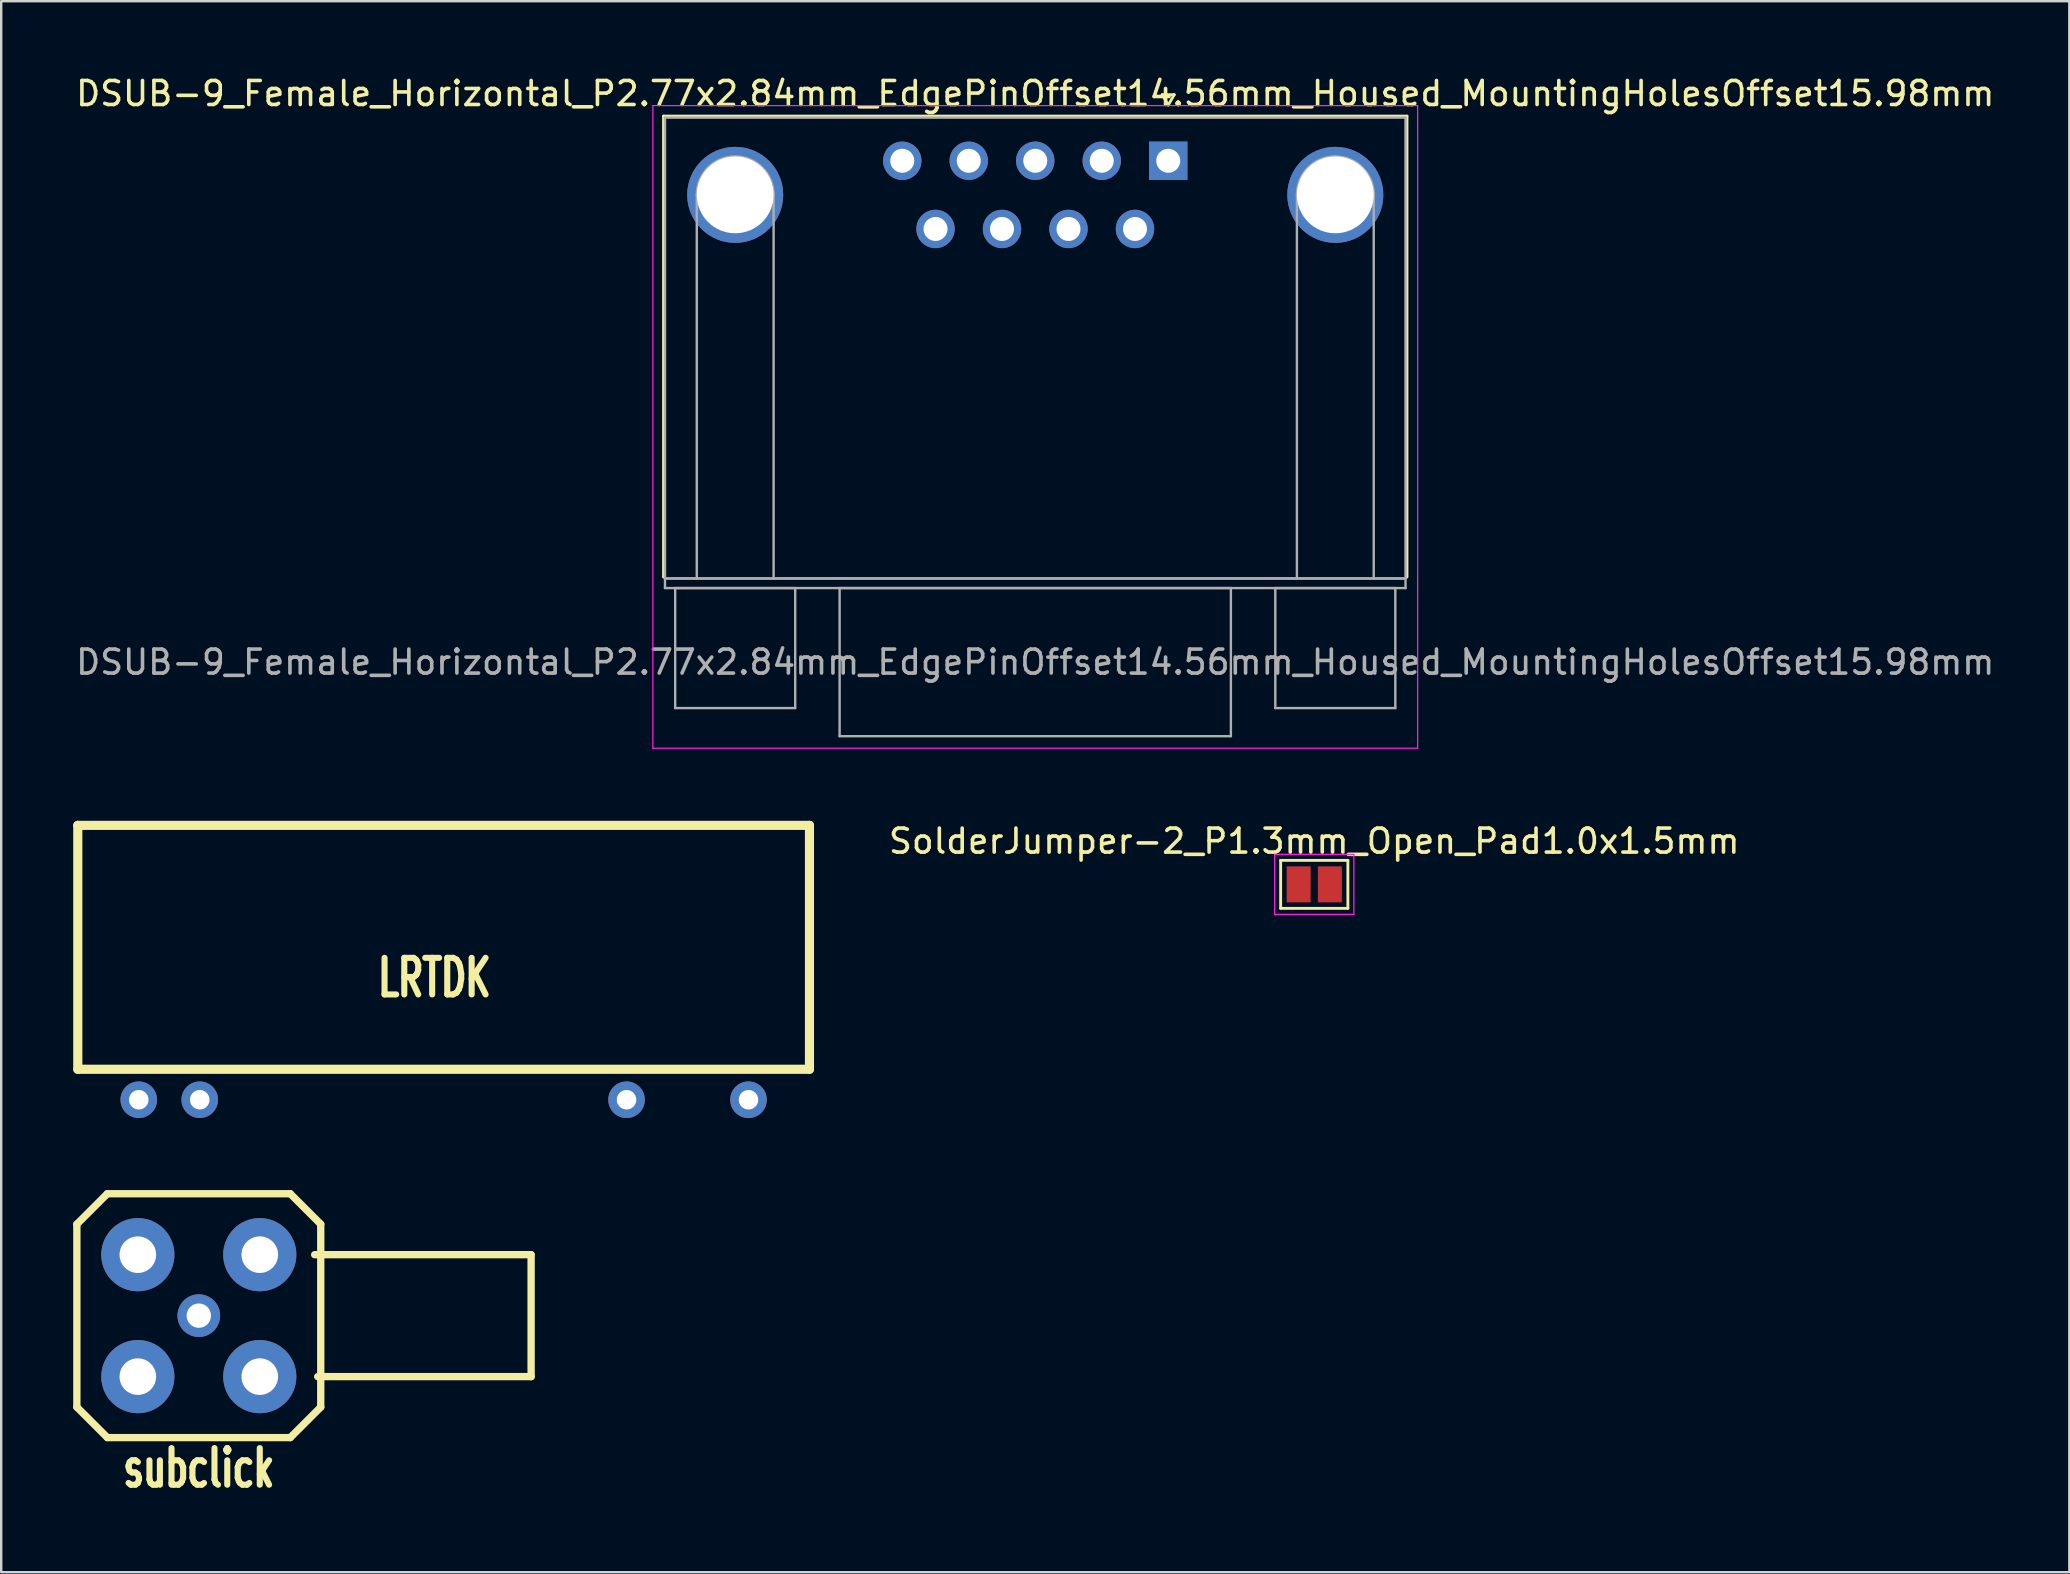
<source format=kicad_pcb>
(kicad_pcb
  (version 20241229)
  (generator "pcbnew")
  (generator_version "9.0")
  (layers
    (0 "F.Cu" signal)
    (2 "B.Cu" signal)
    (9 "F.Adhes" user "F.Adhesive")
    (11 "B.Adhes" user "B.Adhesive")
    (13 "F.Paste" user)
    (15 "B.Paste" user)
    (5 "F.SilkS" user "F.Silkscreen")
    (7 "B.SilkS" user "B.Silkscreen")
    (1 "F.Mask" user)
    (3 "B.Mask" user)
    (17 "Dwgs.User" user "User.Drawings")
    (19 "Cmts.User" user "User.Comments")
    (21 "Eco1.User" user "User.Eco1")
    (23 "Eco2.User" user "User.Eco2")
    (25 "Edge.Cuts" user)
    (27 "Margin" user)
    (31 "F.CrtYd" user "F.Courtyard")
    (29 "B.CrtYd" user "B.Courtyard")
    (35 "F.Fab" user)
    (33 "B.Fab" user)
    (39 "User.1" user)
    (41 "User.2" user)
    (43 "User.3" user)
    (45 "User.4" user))
  (footprint "DSUB-9_Female_Horizontal_P2.77x2.84mm_EdgePinOffset14.56mm_Housed_MountingHolesOffset15.98mm"
    (layer "F.Cu")
    (at 45.617 3.648)
    (property "Reference" "DSUB-9_Female_Horizontal_P2.77x2.84mm_EdgePinOffset14.56mm_Housed_MountingHolesOffset15.98mm" (at -5.54 -2.8 0) (layer "F.SilkS") (effects (font (size 1 1) (thickness 0.15))))
    (attr through_hole)
    (fp_line (start -21.025 -1.86) (end 9.945 -1.86) (stroke (width 0.12) (type solid)) (layer "F.SilkS"))
    (fp_line (start -21.025 17.34) (end -21.025 -1.86) (stroke (width 0.12) (type solid)) (layer "F.SilkS"))
    (fp_line (start -0.25 -2.754) (end 0.25 -2.754) (stroke (width 0.12) (type solid)) (layer "F.SilkS"))
    (fp_line (start 0 -2.321) (end -0.25 -2.754) (stroke (width 0.12) (type solid)) (layer "F.SilkS"))
    (fp_line (start 0.25 -2.754) (end 0 -2.321) (stroke (width 0.12) (type solid)) (layer "F.SilkS"))
    (fp_line (start 9.945 -1.86) (end 9.945 17.34) (stroke (width 0.12) (type solid)) (layer "F.SilkS"))
    (fp_line (start -21.47 -2.3) (end -21.47 24.47) (stroke (width 0.05) (type solid)) (layer "F.CrtYd"))
    (fp_line (start -21.47 24.47) (end 10.39 24.47) (stroke (width 0.05) (type solid)) (layer "F.CrtYd"))
    (fp_line (start 10.39 -2.3) (end -21.47 -2.3) (stroke (width 0.05) (type solid)) (layer "F.CrtYd"))
    (fp_line (start 10.39 24.47) (end 10.39 -2.3) (stroke (width 0.05) (type solid)) (layer "F.CrtYd"))
    (fp_line (start -20.965 -1.8) (end -20.965 17.4) (stroke (width 0.1) (type solid)) (layer "F.Fab"))
    (fp_line (start -20.965 17.4) (end -20.965 17.8) (stroke (width 0.1) (type solid)) (layer "F.Fab"))
    (fp_line (start -20.965 17.4) (end 9.885 17.4) (stroke (width 0.1) (type solid)) (layer "F.Fab"))
    (fp_line (start -20.965 17.8) (end 9.885 17.8) (stroke (width 0.1) (type solid)) (layer "F.Fab"))
    (fp_line (start -20.54 17.8) (end -20.54 22.8) (stroke (width 0.1) (type solid)) (layer "F.Fab"))
    (fp_line (start -20.54 22.8) (end -15.54 22.8) (stroke (width 0.1) (type solid)) (layer "F.Fab"))
    (fp_line (start -19.64 17.4) (end -19.64 1.42) (stroke (width 0.1) (type solid)) (layer "F.Fab"))
    (fp_line (start -16.44 17.4) (end -16.44 1.42) (stroke (width 0.1) (type solid)) (layer "F.Fab"))
    (fp_line (start -15.54 17.8) (end -20.54 17.8) (stroke (width 0.1) (type solid)) (layer "F.Fab"))
    (fp_line (start -15.54 22.8) (end -15.54 17.8) (stroke (width 0.1) (type solid)) (layer "F.Fab"))
    (fp_line (start -13.69 17.8) (end -13.69 23.97) (stroke (width 0.1) (type solid)) (layer "F.Fab"))
    (fp_line (start -13.69 23.97) (end 2.61 23.97) (stroke (width 0.1) (type solid)) (layer "F.Fab"))
    (fp_line (start 2.61 17.8) (end -13.69 17.8) (stroke (width 0.1) (type solid)) (layer "F.Fab"))
    (fp_line (start 2.61 23.97) (end 2.61 17.8) (stroke (width 0.1) (type solid)) (layer "F.Fab"))
    (fp_line (start 4.46 17.8) (end 4.46 22.8) (stroke (width 0.1) (type solid)) (layer "F.Fab"))
    (fp_line (start 4.46 22.8) (end 9.46 22.8) (stroke (width 0.1) (type solid)) (layer "F.Fab"))
    (fp_line (start 5.36 17.4) (end 5.36 1.42) (stroke (width 0.1) (type solid)) (layer "F.Fab"))
    (fp_line (start 8.56 17.4) (end 8.56 1.42) (stroke (width 0.1) (type solid)) (layer "F.Fab"))
    (fp_line (start 9.46 17.8) (end 4.46 17.8) (stroke (width 0.1) (type solid)) (layer "F.Fab"))
    (fp_line (start 9.46 22.8) (end 9.46 17.8) (stroke (width 0.1) (type solid)) (layer "F.Fab"))
    (fp_line (start 9.885 -1.8) (end -20.965 -1.8) (stroke (width 0.1) (type solid)) (layer "F.Fab"))
    (fp_line (start 9.885 17.4) (end -20.965 17.4) (stroke (width 0.1) (type solid)) (layer "F.Fab"))
    (fp_line (start 9.885 17.4) (end 9.885 -1.8) (stroke (width 0.1) (type solid)) (layer "F.Fab"))
    (fp_line (start 9.885 17.8) (end 9.885 17.4) (stroke (width 0.1) (type solid)) (layer "F.Fab"))
    (fp_arc (start -19.64 1.42) (mid -18.04 -0.18) (end -16.44 1.42) (stroke (width 0.1) (type solid)) (layer "F.Fab"))
    (fp_arc (start 5.36 1.42) (mid 6.96 -0.18) (end 8.56 1.42) (stroke (width 0.1) (type solid)) (layer "F.Fab"))
    (fp_text user "${REFERENCE}" (at -5.54 20.885 0) (layer "F.Fab") (effects (font (size 1 1) (thickness 0.15))))
    (pad "0" thru_hole circle (at -18.04 1.42) (size 4 4) (drill 3.2) (layers "*.Cu" "*.Mask"))
    (pad "0" thru_hole circle (at 6.96 1.42) (size 4 4) (drill 3.2) (layers "*.Cu" "*.Mask"))
    (pad "1" thru_hole rect (at 0 0) (size 1.6 1.6) (drill 1) (layers "*.Cu" "*.Mask"))
    (pad "2" thru_hole circle (at -2.77 0) (size 1.6 1.6) (drill 1) (layers "*.Cu" "*.Mask"))
    (pad "3" thru_hole circle (at -5.54 0) (size 1.6 1.6) (drill 1) (layers "*.Cu" "*.Mask"))
    (pad "4" thru_hole circle (at -8.31 0) (size 1.6 1.6) (drill 1) (layers "*.Cu" "*.Mask"))
    (pad "5" thru_hole circle (at -11.08 0) (size 1.6 1.6) (drill 1) (layers "*.Cu" "*.Mask"))
    (pad "6" thru_hole circle (at -1.385 2.84) (size 1.6 1.6) (drill 1) (layers "*.Cu" "*.Mask"))
    (pad "7" thru_hole circle (at -4.155 2.84) (size 1.6 1.6) (drill 1) (layers "*.Cu" "*.Mask"))
    (pad "8" thru_hole circle (at -6.925 2.84) (size 1.6 1.6) (drill 1) (layers "*.Cu" "*.Mask"))
    (pad "9" thru_hole circle (at -9.695 2.84) (size 1.6 1.6) (drill 1) (layers "*.Cu" "*.Mask")))
  (footprint "LRTDK"
    (layer "F.Cu")
    (at 15.431 42.764)
    (property "Reference" "LRTDK" (at -0.381 -5.08 180) (layer "F.SilkS") (effects (font (size 1.524 1.016) (thickness 0.254))))
    (attr through_hole)
    (fp_line (start -15.24 -11.43) (end 15.24 -11.43) (stroke (width 0.381) (type solid)) (layer "F.SilkS"))
    (fp_line (start -15.24 -1.27) (end -15.24 -11.43) (stroke (width 0.381) (type solid)) (layer "F.SilkS"))
    (fp_line (start -15.24 -1.27) (end 15.24 -1.27) (stroke (width 0.381) (type solid)) (layer "F.SilkS"))
    (fp_line (start 15.24 -11.43) (end 15.24 -1.27) (stroke (width 0.381) (type solid)) (layer "F.SilkS"))
    (pad "1" thru_hole circle (at -12.7 0) (size 1.524 1.524) (drill 0.813) (layers "*.Cu" "*.Mask"))
    (pad "2" thru_hole circle (at 12.7 0) (size 1.524 1.524) (drill 0.813) (layers "*.Cu" "*.Mask"))
    (pad "3" thru_hole circle (at -10.16 0) (size 1.524 1.524) (drill 0.813) (layers "*.Cu" "*.Mask"))
    (pad "3" thru_hole circle (at 7.62 0) (size 1.524 1.524) (drill 0.813) (layers "*.Cu" "*.Mask")))
  (footprint "subclick"
    (layer "F.Cu")
    (at 5.232 51.758)
    (property "Reference" "subclick" (at 0 6.35 0) (layer "F.SilkS") (effects (font (size 1.524 1.016) (thickness 0.305))))
    (attr through_hole)
    (fp_line (start -5.08 -3.81) (end -3.81 -5.08) (stroke (width 0.305) (type solid)) (layer "F.SilkS"))
    (fp_line (start -5.08 3.81) (end -5.08 -3.81) (stroke (width 0.305) (type solid)) (layer "F.SilkS"))
    (fp_line (start -3.81 -5.08) (end 3.81 -5.08) (stroke (width 0.305) (type solid)) (layer "F.SilkS"))
    (fp_line (start -3.81 5.08) (end -5.08 3.81) (stroke (width 0.305) (type solid)) (layer "F.SilkS"))
    (fp_line (start 3.81 -5.08) (end 5.08 -3.81) (stroke (width 0.305) (type solid)) (layer "F.SilkS"))
    (fp_line (start 3.81 5.08) (end -3.81 5.08) (stroke (width 0.305) (type solid)) (layer "F.SilkS"))
    (fp_line (start 4.826 -2.54) (end 13.843 -2.54) (stroke (width 0.305) (type solid)) (layer "F.SilkS"))
    (fp_line (start 5.08 -3.81) (end 5.08 3.81) (stroke (width 0.305) (type solid)) (layer "F.SilkS"))
    (fp_line (start 5.08 3.81) (end 3.81 5.08) (stroke (width 0.305) (type solid)) (layer "F.SilkS"))
    (fp_line (start 13.843 -2.54) (end 13.843 2.54) (stroke (width 0.305) (type solid)) (layer "F.SilkS"))
    (fp_line (start 13.843 2.54) (end 4.953 2.54) (stroke (width 0.305) (type solid)) (layer "F.SilkS"))
    (pad "1" thru_hole circle (at 0 0) (size 1.778 1.778) (drill 1.016) (layers "*.Cu" "*.Mask"))
    (pad "2" thru_hole circle (at -2.54 -2.54) (size 3.048 3.048) (drill 1.524) (layers "*.Cu" "*.Mask"))
    (pad "2" thru_hole circle (at -2.54 2.54) (size 3.048 3.048) (drill 1.524) (layers "*.Cu" "*.Mask"))
    (pad "2" thru_hole circle (at 2.54 -2.54) (size 3.048 3.048) (drill 1.524) (layers "*.Cu" "*.Mask"))
    (pad "2" thru_hole circle (at 2.54 2.54) (size 3.048 3.048) (drill 1.524) (layers "*.Cu" "*.Mask")))
  (footprint "SolderJumper-2_P1.3mm_Open_Pad1.0x1.5mm"
    (layer "F.Cu")
    (at 51.7 33.791)
    (property "Reference" "SolderJumper-2_P1.3mm_Open_Pad1.0x1.5mm" (at 0 -1.8 0) (layer "F.SilkS") (effects (font (size 1 1) (thickness 0.15))))
    (attr smd exclude_from_pos_files exclude_from_bom)
    (fp_line (start -1.4 -1) (end 1.4 -1) (stroke (width 0.12) (type solid)) (layer "F.SilkS"))
    (fp_line (start -1.4 1) (end -1.4 -1) (stroke (width 0.12) (type solid)) (layer "F.SilkS"))
    (fp_line (start 1.4 -1) (end 1.4 1) (stroke (width 0.12) (type solid)) (layer "F.SilkS"))
    (fp_line (start 1.4 1) (end -1.4 1) (stroke (width 0.12) (type solid)) (layer "F.SilkS"))
    (fp_line (start -1.65 -1.25) (end -1.65 1.25) (stroke (width 0.05) (type solid)) (layer "F.CrtYd"))
    (fp_line (start -1.65 -1.25) (end 1.65 -1.25) (stroke (width 0.05) (type solid)) (layer "F.CrtYd"))
    (fp_line (start 1.65 1.25) (end -1.65 1.25) (stroke (width 0.05) (type solid)) (layer "F.CrtYd"))
    (fp_line (start 1.65 1.25) (end 1.65 -1.25) (stroke (width 0.05) (type solid)) (layer "F.CrtYd"))
    (pad "1" smd rect (at -0.65 0) (size 1 1.5) (layers "F.Cu" "F.Mask"))
    (pad "2" smd rect (at 0.65 0) (size 1 1.5) (layers "F.Cu" "F.Mask")))
  (gr_rect
    (start -3 -3)
    (end 83.155 62.445)
    (stroke (width 0.1) (type default))
    (fill no)
    (layer "Edge.Cuts")))
</source>
